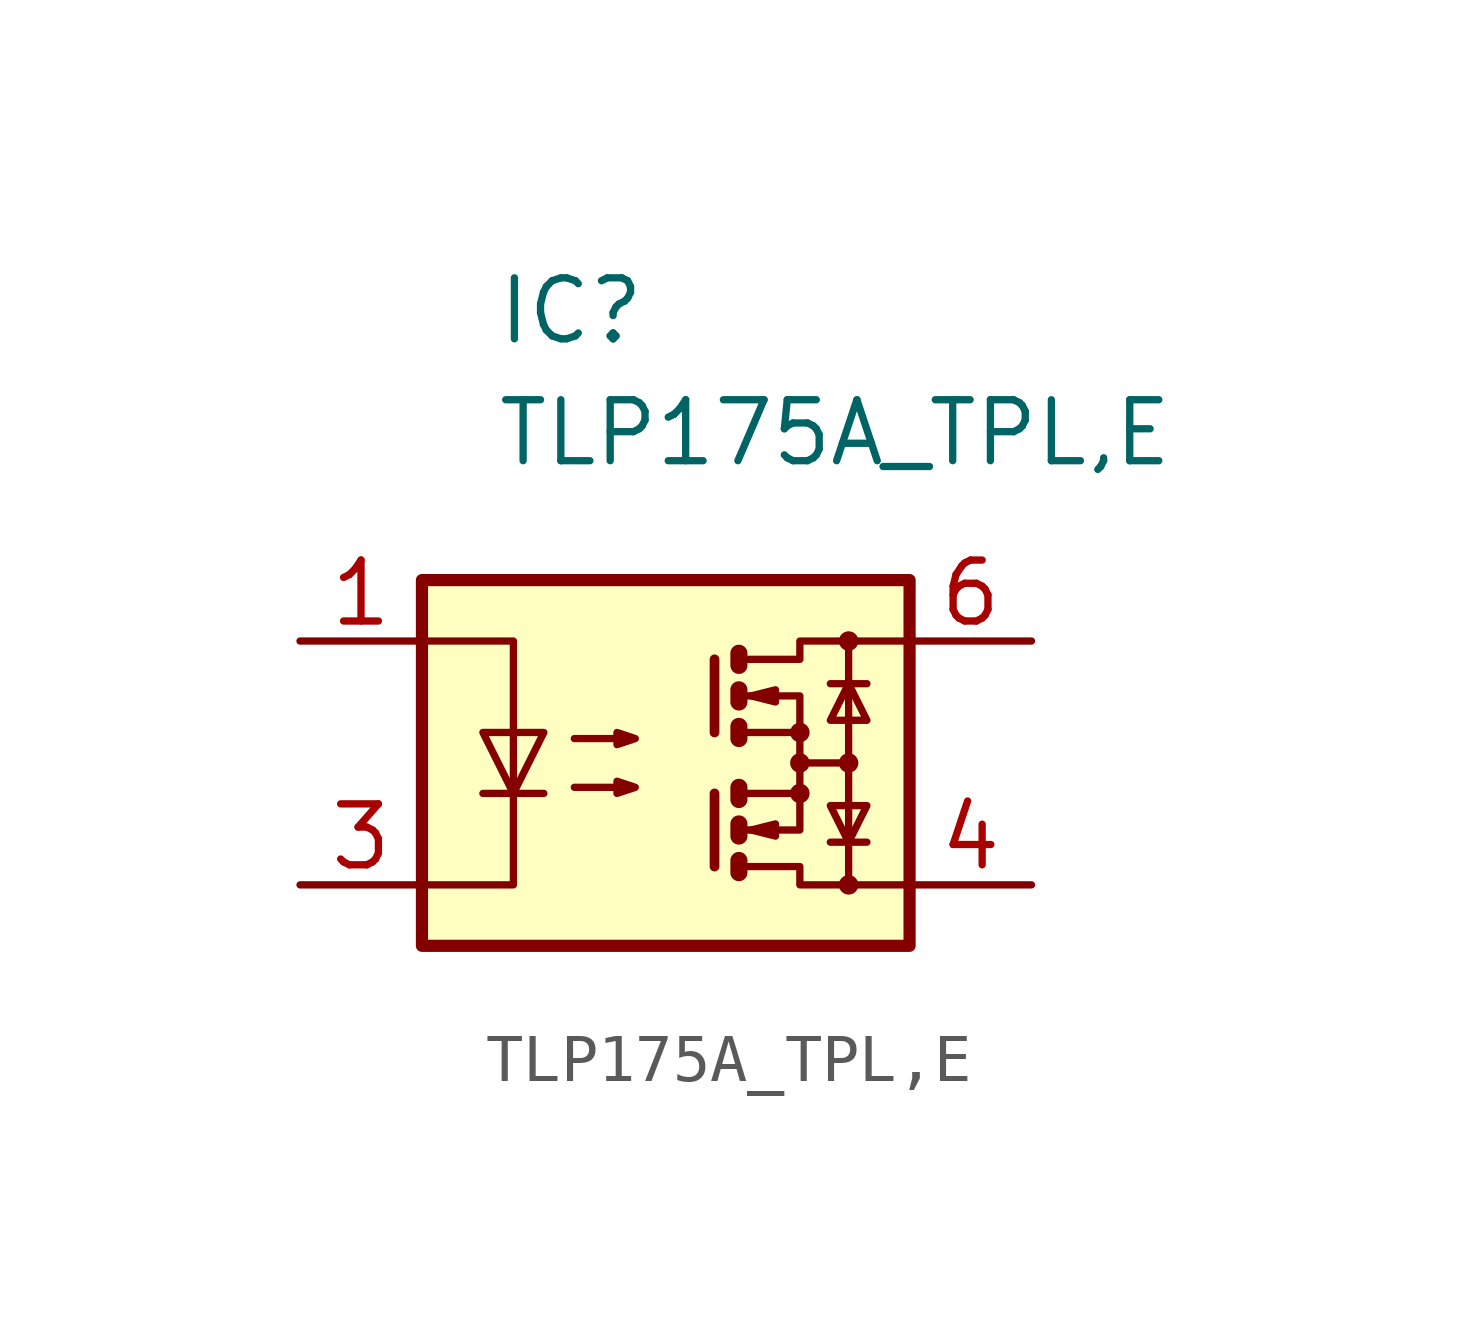
<source format=kicad_sym>
(kicad_symbol_lib
  (version 20241209)
  (generator "kicad_symbol_editor")
  (generator_version "9.0")
  (symbol "TLP175A_TPL,E"
    (property "Reference" "IC"
      (at 4.064 10.16 0)
      (effects (font (size 1.27 1.27)) (justify left top)))
    (property "Value" "TLP175A_TPL,E"
      (at 4.064 7.62 0)
      (effects (font (size 1.27 1.27)) (justify left top)))
    (symbol "TLP175A_TPL,E_0_1"
      (rectangle (start 2.54 3.81) (end 12.7 -3.81) (stroke (width 0.254) (type default)) (fill (type background)))
      (polyline (pts (xy 2.54 2.54) (xy 4.445 2.54) (xy 4.445 -2.54) (xy 2.54 -2.54)) (stroke (width 0) (type default)) (fill (type none)))
      (polyline (pts (xy 3.81 -0.635) (xy 5.08 -0.635)) (stroke (width 0) (type default)) (fill (type none)))
      (polyline (pts (xy 4.445 -0.635) (xy 3.81 0.635) (xy 5.08 0.635) (xy 4.445 -0.635)) (stroke (width 0) (type default)) (fill (type none)))
      (polyline (pts (xy 5.715 0.508) (xy 6.985 0.508) (xy 6.604 0.381) (xy 6.604 0.635) (xy 6.985 0.508)) (stroke (width 0) (type default)) (fill (type none)))
      (polyline (pts (xy 5.715 -0.508) (xy 6.985 -0.508) (xy 6.604 -0.635) (xy 6.604 -0.381) (xy 6.985 -0.508)) (stroke (width 0) (type default)) (fill (type none)))
      (polyline (pts (xy 8.636 2.159) (xy 8.636 0.635)) (stroke (width 0.203) (type default)) (fill (type none)))
      (polyline (pts (xy 8.636 -0.635) (xy 8.636 -2.159)) (stroke (width 0.203) (type default)) (fill (type none)))
      (polyline (pts (xy 9.144 2.286) (xy 9.144 2.032) (xy 9.144 2.032)) (stroke (width 0.356) (type default)) (fill (type none)))
      (polyline (pts (xy 9.144 1.524) (xy 9.144 1.27) (xy 9.144 1.27)) (stroke (width 0.356) (type default)) (fill (type none)))
      (polyline (pts (xy 9.144 0.762) (xy 9.144 0.508) (xy 9.144 0.508)) (stroke (width 0.356) (type default)) (fill (type none)))
      (polyline (pts (xy 9.144 -0.508) (xy 9.144 -0.762)) (stroke (width 0.356) (type default)) (fill (type none)))
      (polyline (pts (xy 9.144 -1.27) (xy 9.144 -1.524) (xy 9.144 -1.524)) (stroke (width 0.356) (type default)) (fill (type none)))
      (polyline (pts (xy 9.144 -2.032) (xy 9.144 -2.286) (xy 9.144 -2.286)) (stroke (width 0.356) (type default)) (fill (type none)))
      (polyline (pts (xy 9.271 2.159) (xy 10.414 2.159) (xy 10.414 2.54) (xy 12.7 2.54)) (stroke (width 0) (type default)) (fill (type none)))
      (polyline (pts (xy 9.271 1.397) (xy 10.414 1.397) (xy 10.414 0.635)) (stroke (width 0) (type default)) (fill (type none)))
      (polyline (pts (xy 9.271 -0.635) (xy 10.414 -0.635) (xy 10.414 0.635) (xy 9.271 0.635)) (stroke (width 0) (type default)) (fill (type none)))
      (polyline (pts (xy 9.271 -1.397) (xy 10.414 -1.397) (xy 10.414 -0.635)) (stroke (width 0) (type default)) (fill (type none)))
      (polyline (pts (xy 9.271 -2.159) (xy 10.414 -2.159) (xy 10.414 -2.54) (xy 12.7 -2.54)) (stroke (width 0) (type default)) (fill (type none)))
      (polyline (pts (xy 9.398 1.397) (xy 9.906 1.524) (xy 9.906 1.27) (xy 9.398 1.397)) (stroke (width 0) (type default)) (fill (type none)))
      (polyline (pts (xy 9.398 -1.397) (xy 9.906 -1.27) (xy 9.906 -1.524) (xy 9.398 -1.397)) (stroke (width 0) (type default)) (fill (type none)))
      (circle (center 10.414 0.635) (radius 0.127) (stroke (width 0) (type default)) (fill (type none)))
      (polyline (pts (xy 10.414 0) (xy 11.43 0)) (stroke (width 0) (type default)) (fill (type none)))
      (circle (center 10.414 0) (radius 0.127) (stroke (width 0) (type default)) (fill (type none)))
      (circle (center 10.414 -0.635) (radius 0.127) (stroke (width 0) (type default)) (fill (type none)))
      (polyline (pts (xy 11.049 1.651) (xy 11.811 1.651)) (stroke (width 0) (type default)) (fill (type none)))
      (polyline (pts (xy 11.049 -1.651) (xy 11.811 -1.651)) (stroke (width 0) (type default)) (fill (type none)))
      (circle (center 11.43 2.54) (radius 0.127) (stroke (width 0) (type default)) (fill (type none)))
      (polyline (pts (xy 11.43 1.651) (xy 11.049 0.889) (xy 11.811 0.889) (xy 11.43 1.651)) (stroke (width 0) (type default)) (fill (type none)))
      (circle (center 11.43 0) (radius 0.127) (stroke (width 0) (type default)) (fill (type none)))
      (polyline (pts (xy 11.43 -1.651) (xy 11.049 -0.889) (xy 11.811 -0.889) (xy 11.43 -1.651)) (stroke (width 0) (type default)) (fill (type none)))
      (polyline (pts (xy 11.43 -2.54) (xy 11.43 2.54)) (stroke (width 0) (type default)) (fill (type none)))
      (circle (center 11.43 -2.54) (radius 0.127) (stroke (width 0) (type default)) (fill (type none))))
    (symbol "TLP175A_TPL,E_1_1"
      (pin passive line (at 0 2.54 0) (length 2.54) (name "~" (effects (font (size 1.27 1.27)))) (number "1" (effects (font (size 1.27 1.27)))))
      (pin passive line (at 0 -2.54 0) (length 2.54) (name "~" (effects (font (size 1.27 1.27)))) (number "3" (effects (font (size 1.27 1.27)))))
      (pin passive line (at 15.24 2.54 180) (length 2.54) (name "~" (effects (font (size 1.27 1.27)))) (number "6" (effects (font (size 1.27 1.27)))))
      (pin passive line (at 15.24 -2.54 180) (length 2.54) (name "~" (effects (font (size 1.27 1.27)))) (number "4" (effects (font (size 1.27 1.27))))))))
</source>
